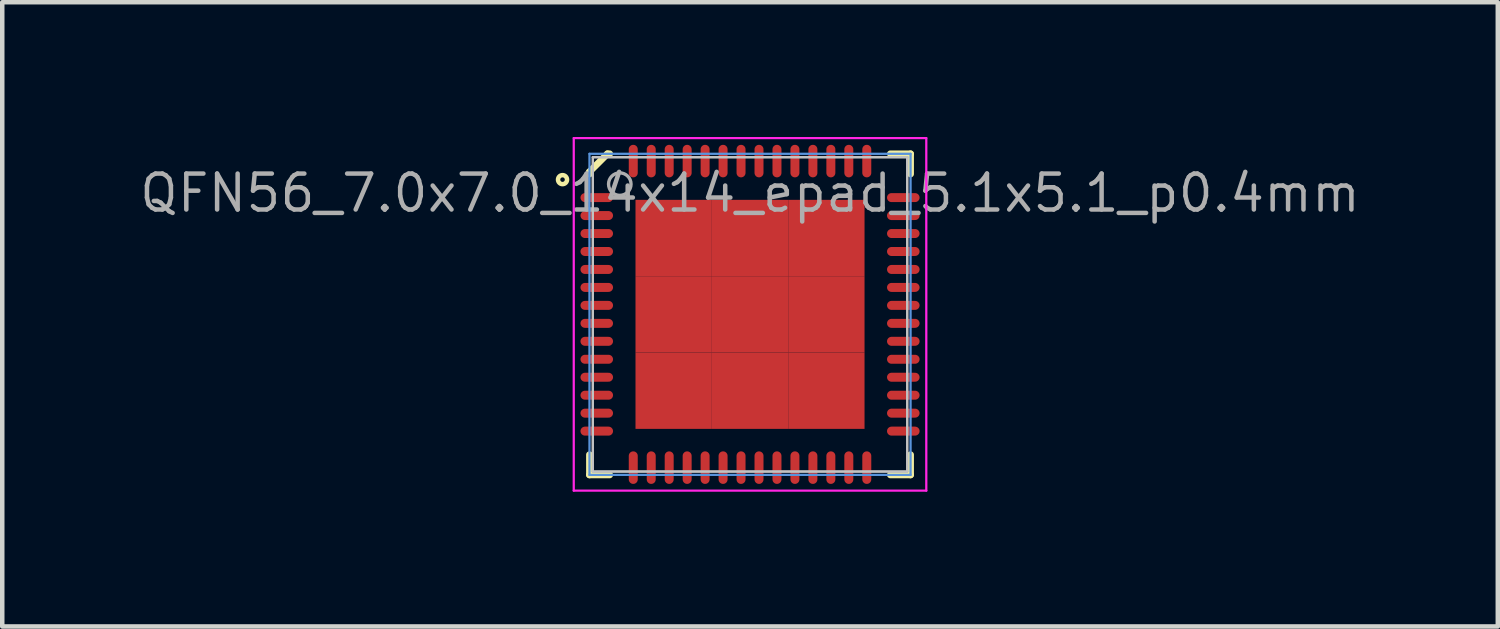
<source format=kicad_pcb>
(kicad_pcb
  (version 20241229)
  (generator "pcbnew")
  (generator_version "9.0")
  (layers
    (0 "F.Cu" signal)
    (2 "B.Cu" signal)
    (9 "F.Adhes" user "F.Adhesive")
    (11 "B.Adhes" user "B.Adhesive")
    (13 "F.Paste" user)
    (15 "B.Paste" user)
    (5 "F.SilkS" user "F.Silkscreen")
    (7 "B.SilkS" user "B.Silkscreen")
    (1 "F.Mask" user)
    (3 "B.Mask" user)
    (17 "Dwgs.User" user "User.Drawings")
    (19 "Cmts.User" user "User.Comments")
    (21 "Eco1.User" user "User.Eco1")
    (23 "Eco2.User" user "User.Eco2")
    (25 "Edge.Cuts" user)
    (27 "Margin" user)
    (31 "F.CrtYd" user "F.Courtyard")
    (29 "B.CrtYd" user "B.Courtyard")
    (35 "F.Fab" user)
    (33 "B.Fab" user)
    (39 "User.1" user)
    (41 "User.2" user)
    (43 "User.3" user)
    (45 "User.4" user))
  (footprint "QFN56_7.0x7.0_14x14_epad_5.1x5.1_p0.4mm"
    (layer "F.Cu")
    (at 13.651 3.95)
    (property "Reference" "QFN56_7.0x7.0_14x14_epad_5.1x5.1_p0.4mm" (at 0 -2.7 0) (layer "F.Fab") (effects (font (size 0.8 0.8) (thickness 0.1))))
    (attr through_hole)
    (fp_line (start -3.575 -3.175) (end -3.575 -3.125) (stroke (width 0.15) (type solid)) (layer "F.SilkS"))
    (fp_line (start -3.575 -3.175) (end -3.175 -3.575) (stroke (width 0.15) (type solid)) (layer "F.SilkS"))
    (fp_line (start -3.575 3.575) (end -3.575 3.125) (stroke (width 0.15) (type solid)) (layer "F.SilkS"))
    (fp_line (start -3.575 3.575) (end -3.125 3.575) (stroke (width 0.15) (type solid)) (layer "F.SilkS"))
    (fp_line (start -3.125 -3.575) (end -3.175 -3.575) (stroke (width 0.15) (type solid)) (layer "F.SilkS"))
    (fp_line (start 3.575 -3.575) (end 3.125 -3.575) (stroke (width 0.15) (type solid)) (layer "F.SilkS"))
    (fp_line (start 3.575 -3.575) (end 3.575 -3.125) (stroke (width 0.15) (type solid)) (layer "F.SilkS"))
    (fp_line (start 3.575 3.575) (end 3.125 3.575) (stroke (width 0.15) (type solid)) (layer "F.SilkS"))
    (fp_line (start 3.575 3.575) (end 3.575 3.125) (stroke (width 0.15) (type solid)) (layer "F.SilkS"))
    (fp_circle (center -4.175 -3) (end -4.104 -2.929) (stroke (width 0.1) (type solid)) (fill no) (layer "F.SilkS"))
    (fp_line (start -3.5 -3.5) (end -3.5 3.5) (stroke (width 0.05) (type solid)) (layer "Dwgs.User"))
    (fp_line (start -3.5 -3.5) (end 3.5 -3.5) (stroke (width 0.05) (type solid)) (layer "Dwgs.User"))
    (fp_line (start -3.5 3.5) (end 3.5 3.5) (stroke (width 0.05) (type solid)) (layer "Dwgs.User"))
    (fp_line (start 3.5 -3.5) (end 3.5 3.5) (stroke (width 0.05) (type solid)) (layer "Dwgs.User"))
    (fp_line (start -3.575 -3.575) (end -3.575 3.575) (stroke (width 0.05) (type solid)) (layer "Cmts.User"))
    (fp_line (start -3.575 -3.575) (end 3.575 -3.575) (stroke (width 0.05) (type solid)) (layer "Cmts.User"))
    (fp_line (start -3.575 3.575) (end 3.575 3.575) (stroke (width 0.05) (type solid)) (layer "Cmts.User"))
    (fp_line (start 3.575 -3.575) (end 3.575 3.575) (stroke (width 0.05) (type solid)) (layer "Cmts.User"))
    (fp_line (start -3.425 -3.425) (end -3.425 3.425) (stroke (width 0.05) (type solid)) (layer "Eco1.User"))
    (fp_line (start -3.425 -3.425) (end 3.425 -3.425) (stroke (width 0.05) (type solid)) (layer "Eco1.User"))
    (fp_line (start -3.425 3.425) (end 3.425 3.425) (stroke (width 0.05) (type solid)) (layer "Eco1.User"))
    (fp_line (start 3.425 -3.425) (end 3.425 3.425) (stroke (width 0.05) (type solid)) (layer "Eco1.User"))
    (fp_line (start -3.925 -3.925) (end -3.925 3.925) (stroke (width 0.05) (type solid)) (layer "F.CrtYd"))
    (fp_line (start -3.925 -3.925) (end 3.925 -3.925) (stroke (width 0.05) (type solid)) (layer "F.CrtYd"))
    (fp_line (start -3.925 3.925) (end 3.925 3.925) (stroke (width 0.05) (type solid)) (layer "F.CrtYd"))
    (fp_line (start 3.925 -3.925) (end 3.925 3.925) (stroke (width 0.05) (type solid)) (layer "F.CrtYd"))
    (fp_line (start -3.5 -3.5) (end -3.5 3.5) (stroke (width 0.05) (type solid)) (layer "F.Fab"))
    (fp_line (start -3.5 -3.5) (end 3.5 -3.5) (stroke (width 0.05) (type solid)) (layer "F.Fab"))
    (fp_line (start -3.5 3.5) (end 3.5 3.5) (stroke (width 0.05) (type solid)) (layer "F.Fab"))
    (fp_line (start 3.5 -3.5) (end 3.5 3.5) (stroke (width 0.05) (type solid)) (layer "F.Fab"))
    (fp_circle (center -2.9 -2.9) (end -2.723 -2.723) (stroke (width 0.075) (type solid)) (fill no) (layer "F.Fab"))
    (pad "1" smd oval (at -3.413 -2.6 180) (size 0.725 0.2) (layers "F.Cu" "F.Mask" "F.Paste"))
    (pad "2" smd oval (at -3.413 -2.2 180) (size 0.725 0.2) (layers "F.Cu" "F.Mask" "F.Paste"))
    (pad "3" smd oval (at -3.413 -1.8 180) (size 0.725 0.2) (layers "F.Cu" "F.Mask" "F.Paste"))
    (pad "4" smd oval (at -3.413 -1.4 180) (size 0.725 0.2) (layers "F.Cu" "F.Mask" "F.Paste"))
    (pad "5" smd oval (at -3.413 -1 180) (size 0.725 0.2) (layers "F.Cu" "F.Mask" "F.Paste"))
    (pad "6" smd oval (at -3.413 -0.6 180) (size 0.725 0.2) (layers "F.Cu" "F.Mask" "F.Paste"))
    (pad "7" smd oval (at -3.413 -0.2 180) (size 0.725 0.2) (layers "F.Cu" "F.Mask" "F.Paste"))
    (pad "8" smd oval (at -3.413 0.2 180) (size 0.725 0.2) (layers "F.Cu" "F.Mask" "F.Paste"))
    (pad "9" smd oval (at -3.413 0.6 180) (size 0.725 0.2) (layers "F.Cu" "F.Mask" "F.Paste"))
    (pad "10" smd oval (at -3.413 1 180) (size 0.725 0.2) (layers "F.Cu" "F.Mask" "F.Paste"))
    (pad "11" smd oval (at -3.413 1.4 180) (size 0.725 0.2) (layers "F.Cu" "F.Mask" "F.Paste"))
    (pad "12" smd oval (at -3.413 1.8 180) (size 0.725 0.2) (layers "F.Cu" "F.Mask" "F.Paste"))
    (pad "13" smd oval (at -3.413 2.2 180) (size 0.725 0.2) (layers "F.Cu" "F.Mask" "F.Paste"))
    (pad "14" smd oval (at -3.413 2.6 180) (size 0.725 0.2) (layers "F.Cu" "F.Mask" "F.Paste"))
    (pad "15" smd oval (at -2.6 3.413 270) (size 0.725 0.2) (layers "F.Cu" "F.Mask" "F.Paste"))
    (pad "16" smd oval (at -2.2 3.413 270) (size 0.725 0.2) (layers "F.Cu" "F.Mask" "F.Paste"))
    (pad "17" smd oval (at -1.8 3.413 270) (size 0.725 0.2) (layers "F.Cu" "F.Mask" "F.Paste"))
    (pad "18" smd oval (at -1.4 3.413 270) (size 0.725 0.2) (layers "F.Cu" "F.Mask" "F.Paste"))
    (pad "19" smd oval (at -1 3.413 270) (size 0.725 0.2) (layers "F.Cu" "F.Mask" "F.Paste"))
    (pad "20" smd oval (at -0.6 3.413 270) (size 0.725 0.2) (layers "F.Cu" "F.Mask" "F.Paste"))
    (pad "21" smd oval (at -0.2 3.413 270) (size 0.725 0.2) (layers "F.Cu" "F.Mask" "F.Paste"))
    (pad "22" smd oval (at 0.2 3.413 270) (size 0.725 0.2) (layers "F.Cu" "F.Mask" "F.Paste"))
    (pad "23" smd oval (at 0.6 3.413 270) (size 0.725 0.2) (layers "F.Cu" "F.Mask" "F.Paste"))
    (pad "24" smd oval (at 1 3.413 270) (size 0.725 0.2) (layers "F.Cu" "F.Mask" "F.Paste"))
    (pad "25" smd oval (at 1.4 3.413 270) (size 0.725 0.2) (layers "F.Cu" "F.Mask" "F.Paste"))
    (pad "26" smd oval (at 1.8 3.413 270) (size 0.725 0.2) (layers "F.Cu" "F.Mask" "F.Paste"))
    (pad "27" smd oval (at 2.2 3.413 270) (size 0.725 0.2) (layers "F.Cu" "F.Mask" "F.Paste"))
    (pad "28" smd oval (at 2.6 3.413 270) (size 0.725 0.2) (layers "F.Cu" "F.Mask" "F.Paste"))
    (pad "29" smd oval (at 3.413 2.6) (size 0.725 0.2) (layers "F.Cu" "F.Mask" "F.Paste"))
    (pad "30" smd oval (at 3.413 2.2) (size 0.725 0.2) (layers "F.Cu" "F.Mask" "F.Paste"))
    (pad "31" smd oval (at 3.413 1.8) (size 0.725 0.2) (layers "F.Cu" "F.Mask" "F.Paste"))
    (pad "32" smd oval (at 3.413 1.4) (size 0.725 0.2) (layers "F.Cu" "F.Mask" "F.Paste"))
    (pad "33" smd oval (at 3.413 1) (size 0.725 0.2) (layers "F.Cu" "F.Mask" "F.Paste"))
    (pad "34" smd oval (at 3.413 0.6) (size 0.725 0.2) (layers "F.Cu" "F.Mask" "F.Paste"))
    (pad "35" smd oval (at 3.413 0.2) (size 0.725 0.2) (layers "F.Cu" "F.Mask" "F.Paste"))
    (pad "36" smd oval (at 3.413 -0.2) (size 0.725 0.2) (layers "F.Cu" "F.Mask" "F.Paste"))
    (pad "37" smd oval (at 3.413 -0.6) (size 0.725 0.2) (layers "F.Cu" "F.Mask" "F.Paste"))
    (pad "38" smd oval (at 3.413 -1) (size 0.725 0.2) (layers "F.Cu" "F.Mask" "F.Paste"))
    (pad "39" smd oval (at 3.413 -1.4) (size 0.725 0.2) (layers "F.Cu" "F.Mask" "F.Paste"))
    (pad "40" smd oval (at 3.413 -1.8) (size 0.725 0.2) (layers "F.Cu" "F.Mask" "F.Paste"))
    (pad "41" smd oval (at 3.413 -2.2) (size 0.725 0.2) (layers "F.Cu" "F.Mask" "F.Paste"))
    (pad "42" smd oval (at 3.413 -2.6) (size 0.725 0.2) (layers "F.Cu" "F.Mask" "F.Paste"))
    (pad "43" smd oval (at 2.6 -3.413 90) (size 0.725 0.2) (layers "F.Cu" "F.Mask" "F.Paste"))
    (pad "44" smd oval (at 2.2 -3.413 90) (size 0.725 0.2) (layers "F.Cu" "F.Mask" "F.Paste"))
    (pad "45" smd oval (at 1.8 -3.413 90) (size 0.725 0.2) (layers "F.Cu" "F.Mask" "F.Paste"))
    (pad "46" smd oval (at 1.4 -3.413 90) (size 0.725 0.2) (layers "F.Cu" "F.Mask" "F.Paste"))
    (pad "47" smd oval (at 1 -3.413 90) (size 0.725 0.2) (layers "F.Cu" "F.Mask" "F.Paste"))
    (pad "48" smd oval (at 0.6 -3.413 90) (size 0.725 0.2) (layers "F.Cu" "F.Mask" "F.Paste"))
    (pad "49" smd oval (at 0.2 -3.413 90) (size 0.725 0.2) (layers "F.Cu" "F.Mask" "F.Paste"))
    (pad "50" smd oval (at -0.2 -3.413 90) (size 0.725 0.2) (layers "F.Cu" "F.Mask" "F.Paste"))
    (pad "51" smd oval (at -0.6 -3.413 90) (size 0.725 0.2) (layers "F.Cu" "F.Mask" "F.Paste"))
    (pad "52" smd oval (at -1 -3.413 90) (size 0.725 0.2) (layers "F.Cu" "F.Mask" "F.Paste"))
    (pad "53" smd oval (at -1.4 -3.413 90) (size 0.725 0.2) (layers "F.Cu" "F.Mask" "F.Paste"))
    (pad "54" smd oval (at -1.8 -3.413 90) (size 0.725 0.2) (layers "F.Cu" "F.Mask" "F.Paste"))
    (pad "55" smd oval (at -2.2 -3.413 90) (size 0.725 0.2) (layers "F.Cu" "F.Mask" "F.Paste"))
    (pad "56" smd oval (at -2.6 -3.413 90) (size 0.725 0.2) (layers "F.Cu" "F.Mask" "F.Paste"))
    (pad "57" smd rect (at -1.7 -1.7) (size 1.7 1.7) (layers "F.Cu" "F.Mask" "F.Paste"))
    (pad "57" smd rect (at -1.7 0) (size 1.7 1.7) (layers "F.Cu" "F.Mask" "F.Paste"))
    (pad "57" smd rect (at -1.7 1.7) (size 1.7 1.7) (layers "F.Cu" "F.Mask" "F.Paste"))
    (pad "57" smd rect (at 0 -1.7) (size 1.7 1.7) (layers "F.Cu" "F.Mask" "F.Paste"))
    (pad "57" smd rect (at 0 0) (size 1.7 1.7) (layers "F.Cu" "F.Mask" "F.Paste"))
    (pad "57" smd rect (at 0 1.7) (size 1.7 1.7) (layers "F.Cu" "F.Mask" "F.Paste"))
    (pad "57" smd rect (at 1.7 -1.7) (size 1.7 1.7) (layers "F.Cu" "F.Mask" "F.Paste"))
    (pad "57" smd rect (at 1.7 0) (size 1.7 1.7) (layers "F.Cu" "F.Mask" "F.Paste"))
    (pad "57" smd rect (at 1.7 1.7) (size 1.7 1.7) (layers "F.Cu" "F.Mask" "F.Paste")))
  (gr_rect
    (start -3 -3)
    (end 30.302 10.9)
    (stroke (width 0.1) (type default))
    (fill no)
    (layer "Edge.Cuts")))
</source>
